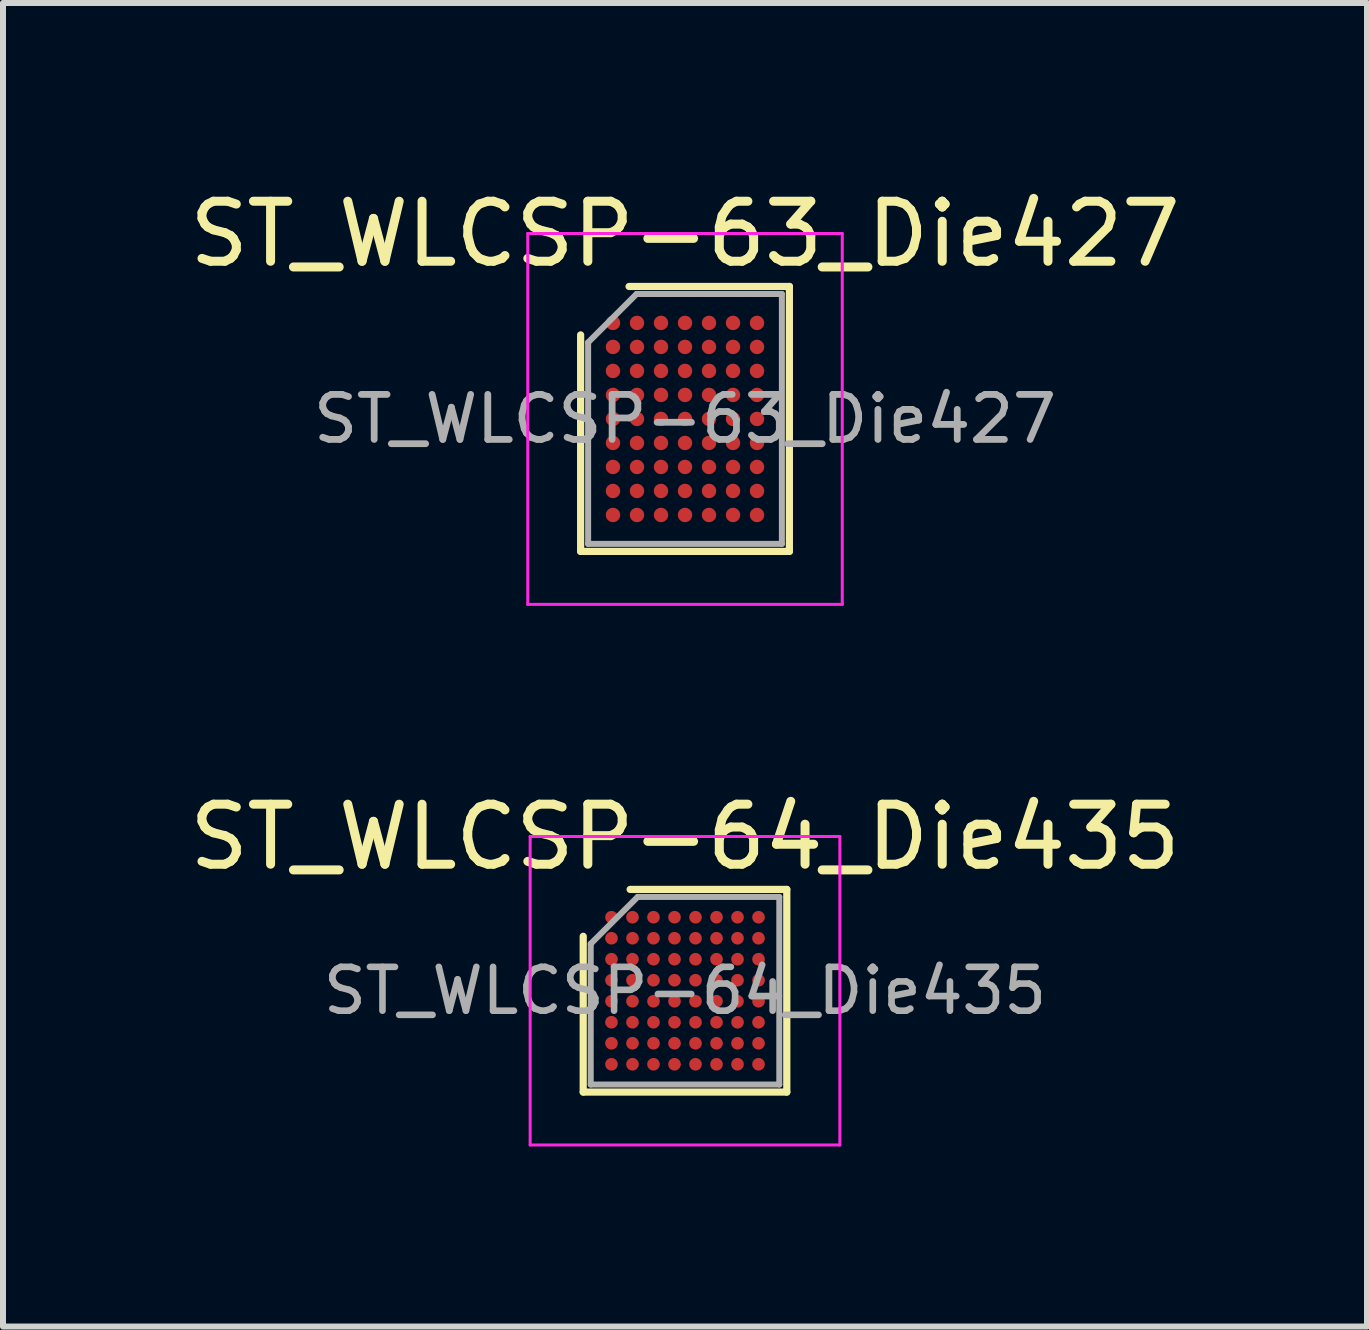
<source format=kicad_pcb>
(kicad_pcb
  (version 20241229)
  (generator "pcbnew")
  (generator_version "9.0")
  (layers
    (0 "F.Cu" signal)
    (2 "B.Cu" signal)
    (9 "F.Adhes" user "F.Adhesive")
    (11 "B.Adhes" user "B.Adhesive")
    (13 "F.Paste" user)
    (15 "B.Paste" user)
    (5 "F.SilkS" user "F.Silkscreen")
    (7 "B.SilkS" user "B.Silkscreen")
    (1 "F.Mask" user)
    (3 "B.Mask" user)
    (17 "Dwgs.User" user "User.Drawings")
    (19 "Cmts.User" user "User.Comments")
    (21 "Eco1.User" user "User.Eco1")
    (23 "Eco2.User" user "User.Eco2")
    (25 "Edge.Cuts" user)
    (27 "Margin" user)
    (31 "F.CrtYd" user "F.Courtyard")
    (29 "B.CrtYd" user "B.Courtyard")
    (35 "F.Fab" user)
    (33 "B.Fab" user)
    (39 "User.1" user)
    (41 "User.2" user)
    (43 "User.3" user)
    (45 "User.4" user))
  (footprint "ST_WLCSP-64_Die435"
    (layer "F.Cu")
    (at 8.363 13.457)
    (property "Reference" "ST_WLCSP-64_Die435" (at 0 -2.563 0) (layer "F.SilkS") (effects (font (size 1 1) (thickness 0.15))))
    (attr smd)
    (fp_line (start -1.696 1.688) (end -1.696 -0.907) (stroke (width 0.12) (type solid)) (layer "F.SilkS"))
    (fp_line (start -0.914 -1.688) (end 1.696 -1.688) (stroke (width 0.12) (type solid)) (layer "F.SilkS"))
    (fp_line (start 1.696 -1.688) (end 1.696 1.688) (stroke (width 0.12) (type solid)) (layer "F.SilkS"))
    (fp_line (start 1.696 1.688) (end -1.696 1.688) (stroke (width 0.12) (type solid)) (layer "F.SilkS"))
    (fp_line (start -2.58 -2.57) (end -2.58 2.57) (stroke (width 0.05) (type solid)) (layer "F.CrtYd"))
    (fp_line (start -2.58 2.57) (end 2.58 2.57) (stroke (width 0.05) (type solid)) (layer "F.CrtYd"))
    (fp_line (start 2.58 -2.57) (end -2.58 -2.57) (stroke (width 0.05) (type solid)) (layer "F.CrtYd"))
    (fp_line (start 2.58 2.57) (end 2.58 -2.57) (stroke (width 0.05) (type solid)) (layer "F.CrtYd"))
    (fp_line (start -1.571 -0.782) (end -0.789 -1.563) (stroke (width 0.1) (type solid)) (layer "F.Fab"))
    (fp_line (start -1.571 1.563) (end -1.571 -0.782) (stroke (width 0.1) (type solid)) (layer "F.Fab"))
    (fp_line (start -0.789 -1.563) (end 1.571 -1.563) (stroke (width 0.1) (type solid)) (layer "F.Fab"))
    (fp_line (start 1.571 -1.563) (end 1.571 1.563) (stroke (width 0.1) (type solid)) (layer "F.Fab"))
    (fp_line (start 1.571 1.563) (end -1.571 1.563) (stroke (width 0.1) (type solid)) (layer "F.Fab"))
    (fp_text user "${REFERENCE}" (at 0 0 0) (layer "F.Fab") (effects (font (size 0.73 0.73) (thickness 0.11))))
    (pad "A1" smd circle (at -1.225 -1.225) (size 0.21 0.21) (layers "F.Cu" "F.Mask" "F.Paste"))
    (pad "A2" smd circle (at -0.875 -1.225) (size 0.21 0.21) (layers "F.Cu" "F.Mask" "F.Paste"))
    (pad "A3" smd circle (at -0.525 -1.225) (size 0.21 0.21) (layers "F.Cu" "F.Mask" "F.Paste"))
    (pad "A4" smd circle (at -0.175 -1.225) (size 0.21 0.21) (layers "F.Cu" "F.Mask" "F.Paste"))
    (pad "A5" smd circle (at 0.175 -1.225) (size 0.21 0.21) (layers "F.Cu" "F.Mask" "F.Paste"))
    (pad "A6" smd circle (at 0.525 -1.225) (size 0.21 0.21) (layers "F.Cu" "F.Mask" "F.Paste"))
    (pad "A7" smd circle (at 0.875 -1.225) (size 0.21 0.21) (layers "F.Cu" "F.Mask" "F.Paste"))
    (pad "A8" smd circle (at 1.225 -1.225) (size 0.21 0.21) (layers "F.Cu" "F.Mask" "F.Paste"))
    (pad "B1" smd circle (at -1.225 -0.875) (size 0.21 0.21) (layers "F.Cu" "F.Mask" "F.Paste"))
    (pad "B2" smd circle (at -0.875 -0.875) (size 0.21 0.21) (layers "F.Cu" "F.Mask" "F.Paste"))
    (pad "B3" smd circle (at -0.525 -0.875) (size 0.21 0.21) (layers "F.Cu" "F.Mask" "F.Paste"))
    (pad "B4" smd circle (at -0.175 -0.875) (size 0.21 0.21) (layers "F.Cu" "F.Mask" "F.Paste"))
    (pad "B5" smd circle (at 0.175 -0.875) (size 0.21 0.21) (layers "F.Cu" "F.Mask" "F.Paste"))
    (pad "B6" smd circle (at 0.525 -0.875) (size 0.21 0.21) (layers "F.Cu" "F.Mask" "F.Paste"))
    (pad "B7" smd circle (at 0.875 -0.875) (size 0.21 0.21) (layers "F.Cu" "F.Mask" "F.Paste"))
    (pad "B8" smd circle (at 1.225 -0.875) (size 0.21 0.21) (layers "F.Cu" "F.Mask" "F.Paste"))
    (pad "C1" smd circle (at -1.225 -0.525) (size 0.21 0.21) (layers "F.Cu" "F.Mask" "F.Paste"))
    (pad "C2" smd circle (at -0.875 -0.525) (size 0.21 0.21) (layers "F.Cu" "F.Mask" "F.Paste"))
    (pad "C3" smd circle (at -0.525 -0.525) (size 0.21 0.21) (layers "F.Cu" "F.Mask" "F.Paste"))
    (pad "C4" smd circle (at -0.175 -0.525) (size 0.21 0.21) (layers "F.Cu" "F.Mask" "F.Paste"))
    (pad "C5" smd circle (at 0.175 -0.525) (size 0.21 0.21) (layers "F.Cu" "F.Mask" "F.Paste"))
    (pad "C6" smd circle (at 0.525 -0.525) (size 0.21 0.21) (layers "F.Cu" "F.Mask" "F.Paste"))
    (pad "C7" smd circle (at 0.875 -0.525) (size 0.21 0.21) (layers "F.Cu" "F.Mask" "F.Paste"))
    (pad "C8" smd circle (at 1.225 -0.525) (size 0.21 0.21) (layers "F.Cu" "F.Mask" "F.Paste"))
    (pad "D1" smd circle (at -1.225 -0.175) (size 0.21 0.21) (layers "F.Cu" "F.Mask" "F.Paste"))
    (pad "D2" smd circle (at -0.875 -0.175) (size 0.21 0.21) (layers "F.Cu" "F.Mask" "F.Paste"))
    (pad "D3" smd circle (at -0.525 -0.175) (size 0.21 0.21) (layers "F.Cu" "F.Mask" "F.Paste"))
    (pad "D4" smd circle (at -0.175 -0.175) (size 0.21 0.21) (layers "F.Cu" "F.Mask" "F.Paste"))
    (pad "D5" smd circle (at 0.175 -0.175) (size 0.21 0.21) (layers "F.Cu" "F.Mask" "F.Paste"))
    (pad "D6" smd circle (at 0.525 -0.175) (size 0.21 0.21) (layers "F.Cu" "F.Mask" "F.Paste"))
    (pad "D7" smd circle (at 0.875 -0.175) (size 0.21 0.21) (layers "F.Cu" "F.Mask" "F.Paste"))
    (pad "D8" smd circle (at 1.225 -0.175) (size 0.21 0.21) (layers "F.Cu" "F.Mask" "F.Paste"))
    (pad "E1" smd circle (at -1.225 0.175) (size 0.21 0.21) (layers "F.Cu" "F.Mask" "F.Paste"))
    (pad "E2" smd circle (at -0.875 0.175) (size 0.21 0.21) (layers "F.Cu" "F.Mask" "F.Paste"))
    (pad "E3" smd circle (at -0.525 0.175) (size 0.21 0.21) (layers "F.Cu" "F.Mask" "F.Paste"))
    (pad "E4" smd circle (at -0.175 0.175) (size 0.21 0.21) (layers "F.Cu" "F.Mask" "F.Paste"))
    (pad "E5" smd circle (at 0.175 0.175) (size 0.21 0.21) (layers "F.Cu" "F.Mask" "F.Paste"))
    (pad "E6" smd circle (at 0.525 0.175) (size 0.21 0.21) (layers "F.Cu" "F.Mask" "F.Paste"))
    (pad "E7" smd circle (at 0.875 0.175) (size 0.21 0.21) (layers "F.Cu" "F.Mask" "F.Paste"))
    (pad "E8" smd circle (at 1.225 0.175) (size 0.21 0.21) (layers "F.Cu" "F.Mask" "F.Paste"))
    (pad "F1" smd circle (at -1.225 0.525) (size 0.21 0.21) (layers "F.Cu" "F.Mask" "F.Paste"))
    (pad "F2" smd circle (at -0.875 0.525) (size 0.21 0.21) (layers "F.Cu" "F.Mask" "F.Paste"))
    (pad "F3" smd circle (at -0.525 0.525) (size 0.21 0.21) (layers "F.Cu" "F.Mask" "F.Paste"))
    (pad "F4" smd circle (at -0.175 0.525) (size 0.21 0.21) (layers "F.Cu" "F.Mask" "F.Paste"))
    (pad "F5" smd circle (at 0.175 0.525) (size 0.21 0.21) (layers "F.Cu" "F.Mask" "F.Paste"))
    (pad "F6" smd circle (at 0.525 0.525) (size 0.21 0.21) (layers "F.Cu" "F.Mask" "F.Paste"))
    (pad "F7" smd circle (at 0.875 0.525) (size 0.21 0.21) (layers "F.Cu" "F.Mask" "F.Paste"))
    (pad "F8" smd circle (at 1.225 0.525) (size 0.21 0.21) (layers "F.Cu" "F.Mask" "F.Paste"))
    (pad "G1" smd circle (at -1.225 0.875) (size 0.21 0.21) (layers "F.Cu" "F.Mask" "F.Paste"))
    (pad "G2" smd circle (at -0.875 0.875) (size 0.21 0.21) (layers "F.Cu" "F.Mask" "F.Paste"))
    (pad "G3" smd circle (at -0.525 0.875) (size 0.21 0.21) (layers "F.Cu" "F.Mask" "F.Paste"))
    (pad "G4" smd circle (at -0.175 0.875) (size 0.21 0.21) (layers "F.Cu" "F.Mask" "F.Paste"))
    (pad "G5" smd circle (at 0.175 0.875) (size 0.21 0.21) (layers "F.Cu" "F.Mask" "F.Paste"))
    (pad "G6" smd circle (at 0.525 0.875) (size 0.21 0.21) (layers "F.Cu" "F.Mask" "F.Paste"))
    (pad "G7" smd circle (at 0.875 0.875) (size 0.21 0.21) (layers "F.Cu" "F.Mask" "F.Paste"))
    (pad "G8" smd circle (at 1.225 0.875) (size 0.21 0.21) (layers "F.Cu" "F.Mask" "F.Paste"))
    (pad "H1" smd circle (at -1.225 1.225) (size 0.21 0.21) (layers "F.Cu" "F.Mask" "F.Paste"))
    (pad "H2" smd circle (at -0.875 1.225) (size 0.21 0.21) (layers "F.Cu" "F.Mask" "F.Paste"))
    (pad "H3" smd circle (at -0.525 1.225) (size 0.21 0.21) (layers "F.Cu" "F.Mask" "F.Paste"))
    (pad "H4" smd circle (at -0.175 1.225) (size 0.21 0.21) (layers "F.Cu" "F.Mask" "F.Paste"))
    (pad "H5" smd circle (at 0.175 1.225) (size 0.21 0.21) (layers "F.Cu" "F.Mask" "F.Paste"))
    (pad "H6" smd circle (at 0.525 1.225) (size 0.21 0.21) (layers "F.Cu" "F.Mask" "F.Paste"))
    (pad "H7" smd circle (at 0.875 1.225) (size 0.21 0.21) (layers "F.Cu" "F.Mask" "F.Paste"))
    (pad "H8" smd circle (at 1.225 1.225) (size 0.21 0.21) (layers "F.Cu" "F.Mask" "F.Paste")))
  (footprint "ST_WLCSP-63_Die427"
    (layer "F.Cu")
    (at 8.363 3.93)
    (property "Reference" "ST_WLCSP-63_Die427" (at 0 -3.082 0) (layer "F.SilkS") (effects (font (size 1 1) (thickness 0.15))))
    (attr smd)
    (fp_line (start -1.739 2.207) (end -1.739 -1.4) (stroke (width 0.12) (type solid)) (layer "F.SilkS"))
    (fp_line (start -0.932 -2.207) (end 1.739 -2.207) (stroke (width 0.12) (type solid)) (layer "F.SilkS"))
    (fp_line (start 1.739 -2.207) (end 1.739 2.207) (stroke (width 0.12) (type solid)) (layer "F.SilkS"))
    (fp_line (start 1.739 2.207) (end -1.739 2.207) (stroke (width 0.12) (type solid)) (layer "F.SilkS"))
    (fp_line (start -2.62 -3.09) (end -2.62 3.09) (stroke (width 0.05) (type solid)) (layer "F.CrtYd"))
    (fp_line (start -2.62 3.09) (end 2.62 3.09) (stroke (width 0.05) (type solid)) (layer "F.CrtYd"))
    (fp_line (start 2.62 -3.09) (end -2.62 -3.09) (stroke (width 0.05) (type solid)) (layer "F.CrtYd"))
    (fp_line (start 2.62 3.09) (end 2.62 -3.09) (stroke (width 0.05) (type solid)) (layer "F.CrtYd"))
    (fp_line (start -1.614 -1.275) (end -0.807 -2.082) (stroke (width 0.1) (type solid)) (layer "F.Fab"))
    (fp_line (start -1.614 2.082) (end -1.614 -1.275) (stroke (width 0.1) (type solid)) (layer "F.Fab"))
    (fp_line (start -0.807 -2.082) (end 1.614 -2.082) (stroke (width 0.1) (type solid)) (layer "F.Fab"))
    (fp_line (start 1.614 -2.082) (end 1.614 2.082) (stroke (width 0.1) (type solid)) (layer "F.Fab"))
    (fp_line (start 1.614 2.082) (end -1.614 2.082) (stroke (width 0.1) (type solid)) (layer "F.Fab"))
    (fp_text user "${REFERENCE}" (at 0 0 0) (layer "F.Fab") (effects (font (size 0.75 0.75) (thickness 0.113))))
    (pad "A1" smd circle (at -1.2 -1.6) (size 0.24 0.24) (layers "F.Cu" "F.Mask" "F.Paste"))
    (pad "A2" smd circle (at -0.8 -1.6) (size 0.24 0.24) (layers "F.Cu" "F.Mask" "F.Paste"))
    (pad "A3" smd circle (at -0.4 -1.6) (size 0.24 0.24) (layers "F.Cu" "F.Mask" "F.Paste"))
    (pad "A4" smd circle (at 0 -1.6) (size 0.24 0.24) (layers "F.Cu" "F.Mask" "F.Paste"))
    (pad "A5" smd circle (at 0.4 -1.6) (size 0.24 0.24) (layers "F.Cu" "F.Mask" "F.Paste"))
    (pad "A6" smd circle (at 0.8 -1.6) (size 0.24 0.24) (layers "F.Cu" "F.Mask" "F.Paste"))
    (pad "A7" smd circle (at 1.2 -1.6) (size 0.24 0.24) (layers "F.Cu" "F.Mask" "F.Paste"))
    (pad "B1" smd circle (at -1.2 -1.2) (size 0.24 0.24) (layers "F.Cu" "F.Mask" "F.Paste"))
    (pad "B2" smd circle (at -0.8 -1.2) (size 0.24 0.24) (layers "F.Cu" "F.Mask" "F.Paste"))
    (pad "B3" smd circle (at -0.4 -1.2) (size 0.24 0.24) (layers "F.Cu" "F.Mask" "F.Paste"))
    (pad "B4" smd circle (at 0 -1.2) (size 0.24 0.24) (layers "F.Cu" "F.Mask" "F.Paste"))
    (pad "B5" smd circle (at 0.4 -1.2) (size 0.24 0.24) (layers "F.Cu" "F.Mask" "F.Paste"))
    (pad "B6" smd circle (at 0.8 -1.2) (size 0.24 0.24) (layers "F.Cu" "F.Mask" "F.Paste"))
    (pad "B7" smd circle (at 1.2 -1.2) (size 0.24 0.24) (layers "F.Cu" "F.Mask" "F.Paste"))
    (pad "C1" smd circle (at -1.2 -0.8) (size 0.24 0.24) (layers "F.Cu" "F.Mask" "F.Paste"))
    (pad "C2" smd circle (at -0.8 -0.8) (size 0.24 0.24) (layers "F.Cu" "F.Mask" "F.Paste"))
    (pad "C3" smd circle (at -0.4 -0.8) (size 0.24 0.24) (layers "F.Cu" "F.Mask" "F.Paste"))
    (pad "C4" smd circle (at 0 -0.8) (size 0.24 0.24) (layers "F.Cu" "F.Mask" "F.Paste"))
    (pad "C5" smd circle (at 0.4 -0.8) (size 0.24 0.24) (layers "F.Cu" "F.Mask" "F.Paste"))
    (pad "C6" smd circle (at 0.8 -0.8) (size 0.24 0.24) (layers "F.Cu" "F.Mask" "F.Paste"))
    (pad "C7" smd circle (at 1.2 -0.8) (size 0.24 0.24) (layers "F.Cu" "F.Mask" "F.Paste"))
    (pad "D1" smd circle (at -1.2 -0.4) (size 0.24 0.24) (layers "F.Cu" "F.Mask" "F.Paste"))
    (pad "D2" smd circle (at -0.8 -0.4) (size 0.24 0.24) (layers "F.Cu" "F.Mask" "F.Paste"))
    (pad "D3" smd circle (at -0.4 -0.4) (size 0.24 0.24) (layers "F.Cu" "F.Mask" "F.Paste"))
    (pad "D4" smd circle (at 0 -0.4) (size 0.24 0.24) (layers "F.Cu" "F.Mask" "F.Paste"))
    (pad "D5" smd circle (at 0.4 -0.4) (size 0.24 0.24) (layers "F.Cu" "F.Mask" "F.Paste"))
    (pad "D6" smd circle (at 0.8 -0.4) (size 0.24 0.24) (layers "F.Cu" "F.Mask" "F.Paste"))
    (pad "D7" smd circle (at 1.2 -0.4) (size 0.24 0.24) (layers "F.Cu" "F.Mask" "F.Paste"))
    (pad "E1" smd circle (at -1.2 0) (size 0.24 0.24) (layers "F.Cu" "F.Mask" "F.Paste"))
    (pad "E2" smd circle (at -0.8 0) (size 0.24 0.24) (layers "F.Cu" "F.Mask" "F.Paste"))
    (pad "E3" smd circle (at -0.4 0) (size 0.24 0.24) (layers "F.Cu" "F.Mask" "F.Paste"))
    (pad "E4" smd circle (at 0 0) (size 0.24 0.24) (layers "F.Cu" "F.Mask" "F.Paste"))
    (pad "E5" smd circle (at 0.4 0) (size 0.24 0.24) (layers "F.Cu" "F.Mask" "F.Paste"))
    (pad "E6" smd circle (at 0.8 0) (size 0.24 0.24) (layers "F.Cu" "F.Mask" "F.Paste"))
    (pad "E7" smd circle (at 1.2 0) (size 0.24 0.24) (layers "F.Cu" "F.Mask" "F.Paste"))
    (pad "F1" smd circle (at -1.2 0.4) (size 0.24 0.24) (layers "F.Cu" "F.Mask" "F.Paste"))
    (pad "F2" smd circle (at -0.8 0.4) (size 0.24 0.24) (layers "F.Cu" "F.Mask" "F.Paste"))
    (pad "F3" smd circle (at -0.4 0.4) (size 0.24 0.24) (layers "F.Cu" "F.Mask" "F.Paste"))
    (pad "F4" smd circle (at 0 0.4) (size 0.24 0.24) (layers "F.Cu" "F.Mask" "F.Paste"))
    (pad "F5" smd circle (at 0.4 0.4) (size 0.24 0.24) (layers "F.Cu" "F.Mask" "F.Paste"))
    (pad "F6" smd circle (at 0.8 0.4) (size 0.24 0.24) (layers "F.Cu" "F.Mask" "F.Paste"))
    (pad "F7" smd circle (at 1.2 0.4) (size 0.24 0.24) (layers "F.Cu" "F.Mask" "F.Paste"))
    (pad "G1" smd circle (at -1.2 0.8) (size 0.24 0.24) (layers "F.Cu" "F.Mask" "F.Paste"))
    (pad "G2" smd circle (at -0.8 0.8) (size 0.24 0.24) (layers "F.Cu" "F.Mask" "F.Paste"))
    (pad "G3" smd circle (at -0.4 0.8) (size 0.24 0.24) (layers "F.Cu" "F.Mask" "F.Paste"))
    (pad "G4" smd circle (at 0 0.8) (size 0.24 0.24) (layers "F.Cu" "F.Mask" "F.Paste"))
    (pad "G5" smd circle (at 0.4 0.8) (size 0.24 0.24) (layers "F.Cu" "F.Mask" "F.Paste"))
    (pad "G6" smd circle (at 0.8 0.8) (size 0.24 0.24) (layers "F.Cu" "F.Mask" "F.Paste"))
    (pad "G7" smd circle (at 1.2 0.8) (size 0.24 0.24) (layers "F.Cu" "F.Mask" "F.Paste"))
    (pad "H1" smd circle (at -1.2 1.2) (size 0.24 0.24) (layers "F.Cu" "F.Mask" "F.Paste"))
    (pad "H2" smd circle (at -0.8 1.2) (size 0.24 0.24) (layers "F.Cu" "F.Mask" "F.Paste"))
    (pad "H3" smd circle (at -0.4 1.2) (size 0.24 0.24) (layers "F.Cu" "F.Mask" "F.Paste"))
    (pad "H4" smd circle (at 0 1.2) (size 0.24 0.24) (layers "F.Cu" "F.Mask" "F.Paste"))
    (pad "H5" smd circle (at 0.4 1.2) (size 0.24 0.24) (layers "F.Cu" "F.Mask" "F.Paste"))
    (pad "H6" smd circle (at 0.8 1.2) (size 0.24 0.24) (layers "F.Cu" "F.Mask" "F.Paste"))
    (pad "H7" smd circle (at 1.2 1.2) (size 0.24 0.24) (layers "F.Cu" "F.Mask" "F.Paste"))
    (pad "J1" smd circle (at -1.2 1.6) (size 0.24 0.24) (layers "F.Cu" "F.Mask" "F.Paste"))
    (pad "J2" smd circle (at -0.8 1.6) (size 0.24 0.24) (layers "F.Cu" "F.Mask" "F.Paste"))
    (pad "J3" smd circle (at -0.4 1.6) (size 0.24 0.24) (layers "F.Cu" "F.Mask" "F.Paste"))
    (pad "J4" smd circle (at 0 1.6) (size 0.24 0.24) (layers "F.Cu" "F.Mask" "F.Paste"))
    (pad "J5" smd circle (at 0.4 1.6) (size 0.24 0.24) (layers "F.Cu" "F.Mask" "F.Paste"))
    (pad "J6" smd circle (at 0.8 1.6) (size 0.24 0.24) (layers "F.Cu" "F.Mask" "F.Paste"))
    (pad "J7" smd circle (at 1.2 1.6) (size 0.24 0.24) (layers "F.Cu" "F.Mask" "F.Paste")))
  (gr_rect
    (start -3 -3)
    (end 19.726 19.052)
    (stroke (width 0.1) (type default))
    (fill no)
    (layer "Edge.Cuts")))
</source>
